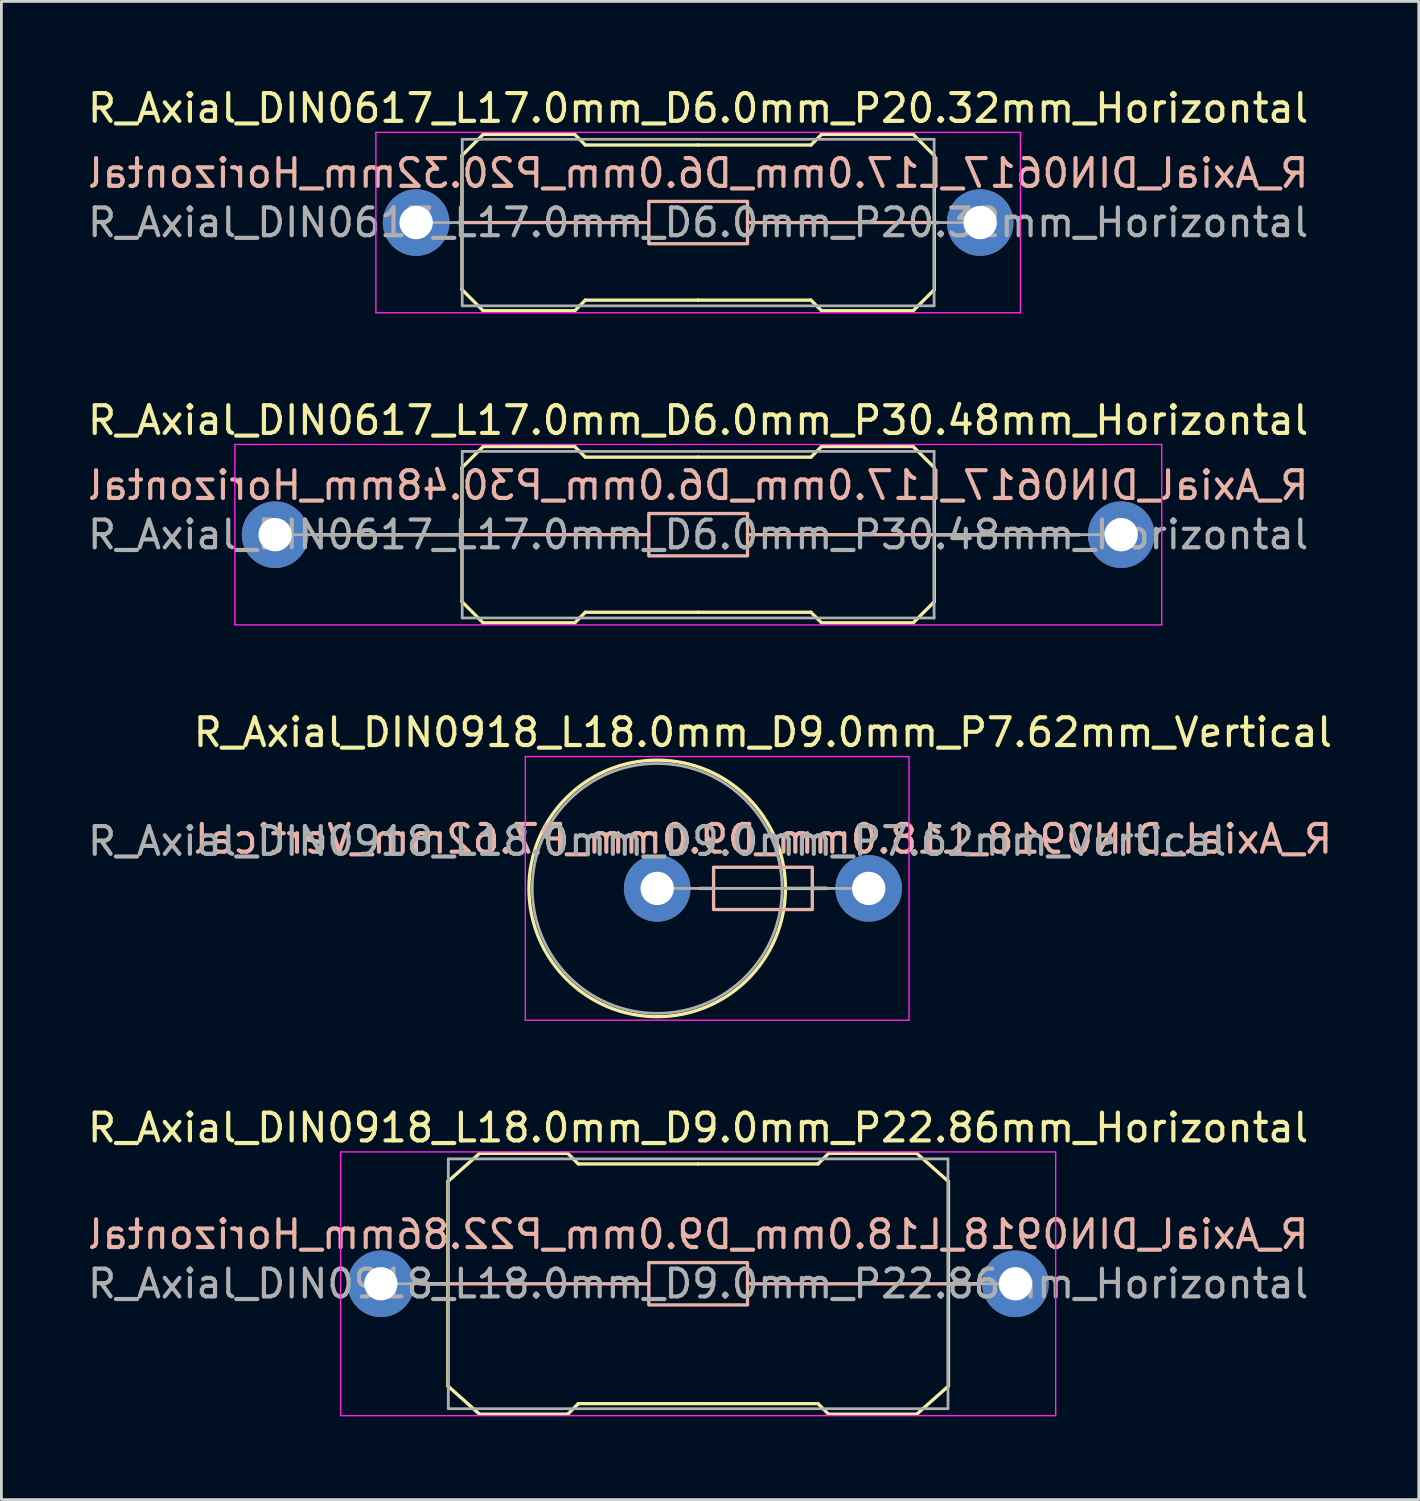
<source format=kicad_pcb>
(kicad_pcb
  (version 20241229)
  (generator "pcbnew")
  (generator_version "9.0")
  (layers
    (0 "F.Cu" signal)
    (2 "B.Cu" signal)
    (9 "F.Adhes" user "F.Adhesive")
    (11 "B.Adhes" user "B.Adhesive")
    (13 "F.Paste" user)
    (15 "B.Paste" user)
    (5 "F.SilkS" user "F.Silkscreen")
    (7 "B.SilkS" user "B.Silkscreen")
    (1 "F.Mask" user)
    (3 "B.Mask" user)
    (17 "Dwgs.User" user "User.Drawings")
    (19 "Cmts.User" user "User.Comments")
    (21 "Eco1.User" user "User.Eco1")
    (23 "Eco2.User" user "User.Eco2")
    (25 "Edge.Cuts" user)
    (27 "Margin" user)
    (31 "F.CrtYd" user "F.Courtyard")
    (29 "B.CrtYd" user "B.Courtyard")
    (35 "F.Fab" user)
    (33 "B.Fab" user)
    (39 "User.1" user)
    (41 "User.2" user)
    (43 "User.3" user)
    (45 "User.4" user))
  (footprint "R_Axial_DIN0918_L18.0mm_D9.0mm_P22.86mm_Horizontal"
    (layer "F.Cu")
    (at 10.671 43.198)
    (property "Reference" "R_Axial_DIN0918_L18.0mm_D9.0mm_P22.86mm_Horizontal" (at 11.43 -5.62 0) (layer "F.SilkS") (effects (font (size 1 1) (thickness 0.15))))
    (fp_line (start 2.413 -3.683) (end 2.413 3.683) (stroke (width 0.12) (type solid)) (layer "F.SilkS"))
    (fp_line (start 2.413 -3.683) (end 3.556 -4.699) (stroke (width 0.12) (type solid)) (layer "F.SilkS"))
    (fp_line (start 2.413 0) (end 1.397 0) (stroke (width 0.12) (type solid)) (layer "F.SilkS"))
    (fp_line (start 2.413 3.683) (end 3.556 4.699) (stroke (width 0.12) (type solid)) (layer "F.SilkS"))
    (fp_line (start 3.556 -4.699) (end 6.731 -4.699) (stroke (width 0.12) (type solid)) (layer "F.SilkS"))
    (fp_line (start 3.556 4.699) (end 6.731 4.699) (stroke (width 0.12) (type solid)) (layer "F.SilkS"))
    (fp_line (start 6.731 -4.699) (end 7.112 -4.318) (stroke (width 0.12) (type solid)) (layer "F.SilkS"))
    (fp_line (start 6.731 4.699) (end 7.112 4.318) (stroke (width 0.12) (type solid)) (layer "F.SilkS"))
    (fp_line (start 7.112 -4.318) (end 11.43 -4.318) (stroke (width 0.12) (type solid)) (layer "F.SilkS"))
    (fp_line (start 7.112 4.318) (end 11.43 4.318) (stroke (width 0.12) (type solid)) (layer "F.SilkS"))
    (fp_line (start 15.748 -4.318) (end 11.43 -4.318) (stroke (width 0.12) (type solid)) (layer "F.SilkS"))
    (fp_line (start 15.748 4.318) (end 11.43 4.318) (stroke (width 0.12) (type solid)) (layer "F.SilkS"))
    (fp_line (start 16.129 -4.699) (end 15.748 -4.318) (stroke (width 0.12) (type solid)) (layer "F.SilkS"))
    (fp_line (start 16.129 4.699) (end 15.748 4.318) (stroke (width 0.12) (type solid)) (layer "F.SilkS"))
    (fp_line (start 19.304 -4.699) (end 16.129 -4.699) (stroke (width 0.12) (type solid)) (layer "F.SilkS"))
    (fp_line (start 19.304 4.699) (end 16.129 4.699) (stroke (width 0.12) (type solid)) (layer "F.SilkS"))
    (fp_line (start 20.447 -3.683) (end 19.304 -4.699) (stroke (width 0.12) (type solid)) (layer "F.SilkS"))
    (fp_line (start 20.447 -3.683) (end 20.447 3.683) (stroke (width 0.12) (type solid)) (layer "F.SilkS"))
    (fp_line (start 20.447 0) (end 21.463 0) (stroke (width 0.12) (type solid)) (layer "F.SilkS"))
    (fp_line (start 20.447 3.683) (end 19.304 4.699) (stroke (width 0.12) (type solid)) (layer "F.SilkS"))
    (fp_line (start 9.652 0) (end 1.524 0) (stroke (width 0.12) (type solid)) (layer "B.SilkS"))
    (fp_line (start 13.208 0) (end 21.336 0) (stroke (width 0.12) (type solid)) (layer "B.SilkS"))
    (fp_rect (start 9.652 -0.762) (end 13.208 0.762) (stroke (width 0.12) (type solid)) (fill no) (layer "B.SilkS"))
    (fp_line (start -1.45 -4.75) (end -1.45 4.75) (stroke (width 0.05) (type solid)) (layer "F.CrtYd"))
    (fp_line (start -1.45 4.75) (end 24.31 4.75) (stroke (width 0.05) (type solid)) (layer "F.CrtYd"))
    (fp_line (start 24.31 -4.75) (end -1.45 -4.75) (stroke (width 0.05) (type solid)) (layer "F.CrtYd"))
    (fp_line (start 24.31 4.75) (end 24.31 -4.75) (stroke (width 0.05) (type solid)) (layer "F.CrtYd"))
    (fp_line (start 0 0) (end 2.43 0) (stroke (width 0.1) (type solid)) (layer "F.Fab"))
    (fp_line (start 2.43 -4.5) (end 2.43 4.5) (stroke (width 0.1) (type solid)) (layer "F.Fab"))
    (fp_line (start 2.43 4.5) (end 20.43 4.5) (stroke (width 0.1) (type solid)) (layer "F.Fab"))
    (fp_line (start 20.43 -4.5) (end 2.43 -4.5) (stroke (width 0.1) (type solid)) (layer "F.Fab"))
    (fp_line (start 20.43 4.5) (end 20.43 -4.5) (stroke (width 0.1) (type solid)) (layer "F.Fab"))
    (fp_line (start 22.86 0) (end 20.43 0) (stroke (width 0.1) (type solid)) (layer "F.Fab"))
    (fp_text user "${REFERENCE}" (at 11.43 -1.778 0) (layer "B.SilkS") (effects (font (size 1 1) (thickness 0.15)) (justify mirror)))
    (fp_text user "${REFERENCE}" (at 11.43 0 0) (layer "F.Fab") (effects (font (size 1 1) (thickness 0.15))))
    (pad "1" thru_hole circle (at 0 0) (size 2.4 2.4) (drill 1.2) (layers "*.Cu" "*.Mask"))
    (pad "2" thru_hole oval (at 22.86 0) (size 2.4 2.4) (drill 1.2) (layers "*.Cu" "*.Mask")))
  (footprint "R_Axial_DIN0617_L17.0mm_D6.0mm_P30.48mm_Horizontal"
    (layer "F.Cu")
    (at 6.861 16.212)
    (property "Reference" "R_Axial_DIN0617_L17.0mm_D6.0mm_P30.48mm_Horizontal" (at 15.24 -4.12 0) (layer "F.SilkS") (effects (font (size 1 1) (thickness 0.15))))
    (fp_line (start 6.731 -2.413) (end 6.731 2.413) (stroke (width 0.12) (type solid)) (layer "F.SilkS"))
    (fp_line (start 6.731 -2.413) (end 7.493 -3.175) (stroke (width 0.12) (type solid)) (layer "F.SilkS"))
    (fp_line (start 6.731 0) (end 1.524 0) (stroke (width 0.12) (type solid)) (layer "F.SilkS"))
    (fp_line (start 6.731 2.413) (end 7.493 3.175) (stroke (width 0.12) (type solid)) (layer "F.SilkS"))
    (fp_line (start 7.493 -3.175) (end 10.795 -3.175) (stroke (width 0.12) (type solid)) (layer "F.SilkS"))
    (fp_line (start 7.493 3.175) (end 10.795 3.175) (stroke (width 0.12) (type solid)) (layer "F.SilkS"))
    (fp_line (start 10.795 -3.175) (end 11.176 -2.794) (stroke (width 0.12) (type solid)) (layer "F.SilkS"))
    (fp_line (start 10.795 3.175) (end 11.176 2.794) (stroke (width 0.12) (type solid)) (layer "F.SilkS"))
    (fp_line (start 11.176 -2.794) (end 15.24 -2.794) (stroke (width 0.12) (type solid)) (layer "F.SilkS"))
    (fp_line (start 11.176 2.794) (end 15.24 2.794) (stroke (width 0.12) (type solid)) (layer "F.SilkS"))
    (fp_line (start 19.304 -2.794) (end 15.24 -2.794) (stroke (width 0.12) (type solid)) (layer "F.SilkS"))
    (fp_line (start 19.304 2.794) (end 15.24 2.794) (stroke (width 0.12) (type solid)) (layer "F.SilkS"))
    (fp_line (start 19.685 -3.175) (end 19.304 -2.794) (stroke (width 0.12) (type solid)) (layer "F.SilkS"))
    (fp_line (start 19.685 3.175) (end 19.304 2.794) (stroke (width 0.12) (type solid)) (layer "F.SilkS"))
    (fp_line (start 22.987 -3.175) (end 19.685 -3.175) (stroke (width 0.12) (type solid)) (layer "F.SilkS"))
    (fp_line (start 22.987 3.175) (end 19.685 3.175) (stroke (width 0.12) (type solid)) (layer "F.SilkS"))
    (fp_line (start 23.749 -2.413) (end 22.987 -3.175) (stroke (width 0.12) (type solid)) (layer "F.SilkS"))
    (fp_line (start 23.749 0) (end 28.956 0) (stroke (width 0.12) (type solid)) (layer "F.SilkS"))
    (fp_line (start 23.749 2.413) (end 22.987 3.175) (stroke (width 0.12) (type solid)) (layer "F.SilkS"))
    (fp_line (start 23.749 2.413) (end 23.749 -2.413) (stroke (width 0.12) (type solid)) (layer "F.SilkS"))
    (fp_line (start 13.462 0) (end 1.524 0) (stroke (width 0.12) (type solid)) (layer "B.SilkS"))
    (fp_line (start 17.018 0) (end 28.956 0) (stroke (width 0.12) (type solid)) (layer "B.SilkS"))
    (fp_rect (start 13.462 -0.762) (end 17.018 0.762) (stroke (width 0.12) (type solid)) (fill no) (layer "B.SilkS"))
    (fp_line (start -1.45 -3.25) (end -1.45 3.25) (stroke (width 0.05) (type solid)) (layer "F.CrtYd"))
    (fp_line (start -1.45 3.25) (end 31.94 3.25) (stroke (width 0.05) (type solid)) (layer "F.CrtYd"))
    (fp_line (start 31.94 -3.25) (end -1.45 -3.25) (stroke (width 0.05) (type solid)) (layer "F.CrtYd"))
    (fp_line (start 31.94 3.25) (end 31.94 -3.25) (stroke (width 0.05) (type solid)) (layer "F.CrtYd"))
    (fp_line (start 0 0) (end 6.74 0) (stroke (width 0.1) (type solid)) (layer "F.Fab"))
    (fp_line (start 6.74 -3) (end 6.74 3) (stroke (width 0.1) (type solid)) (layer "F.Fab"))
    (fp_line (start 6.74 3) (end 23.74 3) (stroke (width 0.1) (type solid)) (layer "F.Fab"))
    (fp_line (start 23.74 -3) (end 6.74 -3) (stroke (width 0.1) (type solid)) (layer "F.Fab"))
    (fp_line (start 23.74 3) (end 23.74 -3) (stroke (width 0.1) (type solid)) (layer "F.Fab"))
    (fp_line (start 30.48 0) (end 23.74 0) (stroke (width 0.1) (type solid)) (layer "F.Fab"))
    (fp_text user "${REFERENCE}" (at 15.24 -1.778 0) (layer "B.SilkS") (effects (font (size 1 1) (thickness 0.15)) (justify mirror)))
    (fp_text user "${REFERENCE}" (at 15.24 0 0) (layer "F.Fab") (effects (font (size 1 1) (thickness 0.15))))
    (pad "1" thru_hole circle (at 0 0) (size 2.4 2.4) (drill 1.2) (layers "*.Cu" "*.Mask"))
    (pad "2" thru_hole oval (at 30.48 0) (size 2.4 2.4) (drill 1.2) (layers "*.Cu" "*.Mask")))
  (footprint "R_Axial_DIN0617_L17.0mm_D6.0mm_P20.32mm_Horizontal"
    (layer "F.Cu")
    (at 11.941 4.968)
    (property "Reference" "R_Axial_DIN0617_L17.0mm_D6.0mm_P20.32mm_Horizontal" (at 10.16 -4.12 0) (layer "F.SilkS") (effects (font (size 1 1) (thickness 0.15))))
    (fp_line (start 1.651 -2.413) (end 1.651 2.413) (stroke (width 0.12) (type solid)) (layer "F.SilkS"))
    (fp_line (start 1.651 -2.413) (end 2.413 -3.175) (stroke (width 0.12) (type solid)) (layer "F.SilkS"))
    (fp_line (start 1.651 0) (end 1.524 0) (stroke (width 0.12) (type solid)) (layer "F.SilkS"))
    (fp_line (start 1.651 2.413) (end 2.413 3.175) (stroke (width 0.12) (type solid)) (layer "F.SilkS"))
    (fp_line (start 2.413 -3.175) (end 5.715 -3.175) (stroke (width 0.12) (type solid)) (layer "F.SilkS"))
    (fp_line (start 2.413 3.175) (end 5.715 3.175) (stroke (width 0.12) (type solid)) (layer "F.SilkS"))
    (fp_line (start 5.715 -3.175) (end 6.096 -2.794) (stroke (width 0.12) (type solid)) (layer "F.SilkS"))
    (fp_line (start 5.715 3.175) (end 6.096 2.794) (stroke (width 0.12) (type solid)) (layer "F.SilkS"))
    (fp_line (start 6.096 -2.794) (end 10.16 -2.794) (stroke (width 0.12) (type solid)) (layer "F.SilkS"))
    (fp_line (start 6.096 2.794) (end 10.16 2.794) (stroke (width 0.12) (type solid)) (layer "F.SilkS"))
    (fp_line (start 14.224 -2.794) (end 10.16 -2.794) (stroke (width 0.12) (type solid)) (layer "F.SilkS"))
    (fp_line (start 14.224 2.794) (end 10.16 2.794) (stroke (width 0.12) (type solid)) (layer "F.SilkS"))
    (fp_line (start 14.605 -3.175) (end 14.224 -2.794) (stroke (width 0.12) (type solid)) (layer "F.SilkS"))
    (fp_line (start 14.605 3.175) (end 14.224 2.794) (stroke (width 0.12) (type solid)) (layer "F.SilkS"))
    (fp_line (start 17.907 -3.175) (end 14.605 -3.175) (stroke (width 0.12) (type solid)) (layer "F.SilkS"))
    (fp_line (start 17.907 3.175) (end 14.605 3.175) (stroke (width 0.12) (type solid)) (layer "F.SilkS"))
    (fp_line (start 18.669 -2.413) (end 17.907 -3.175) (stroke (width 0.12) (type solid)) (layer "F.SilkS"))
    (fp_line (start 18.669 0) (end 18.796 0) (stroke (width 0.12) (type solid)) (layer "F.SilkS"))
    (fp_line (start 18.669 2.413) (end 17.907 3.175) (stroke (width 0.12) (type solid)) (layer "F.SilkS"))
    (fp_line (start 18.669 2.413) (end 18.669 -2.413) (stroke (width 0.12) (type solid)) (layer "F.SilkS"))
    (fp_line (start 8.382 0) (end 1.524 0) (stroke (width 0.12) (type solid)) (layer "B.SilkS"))
    (fp_line (start 11.938 0) (end 18.796 0) (stroke (width 0.12) (type solid)) (layer "B.SilkS"))
    (fp_rect (start 8.382 -0.762) (end 11.938 0.762) (stroke (width 0.12) (type solid)) (fill no) (layer "B.SilkS"))
    (fp_line (start -1.45 -3.25) (end -1.45 3.25) (stroke (width 0.05) (type solid)) (layer "F.CrtYd"))
    (fp_line (start -1.45 3.25) (end 21.77 3.25) (stroke (width 0.05) (type solid)) (layer "F.CrtYd"))
    (fp_line (start 21.77 -3.25) (end -1.45 -3.25) (stroke (width 0.05) (type solid)) (layer "F.CrtYd"))
    (fp_line (start 21.77 3.25) (end 21.77 -3.25) (stroke (width 0.05) (type solid)) (layer "F.CrtYd"))
    (fp_line (start 0 0) (end 1.66 0) (stroke (width 0.1) (type solid)) (layer "F.Fab"))
    (fp_line (start 1.66 -3) (end 1.66 3) (stroke (width 0.1) (type solid)) (layer "F.Fab"))
    (fp_line (start 1.66 3) (end 18.66 3) (stroke (width 0.1) (type solid)) (layer "F.Fab"))
    (fp_line (start 18.66 -3) (end 1.66 -3) (stroke (width 0.1) (type solid)) (layer "F.Fab"))
    (fp_line (start 18.66 3) (end 18.66 -3) (stroke (width 0.1) (type solid)) (layer "F.Fab"))
    (fp_line (start 20.32 0) (end 18.66 0) (stroke (width 0.1) (type solid)) (layer "F.Fab"))
    (fp_text user "${REFERENCE}" (at 10.16 -1.778 0) (layer "B.SilkS") (effects (font (size 1 1) (thickness 0.15)) (justify mirror)))
    (fp_text user "${REFERENCE}" (at 10.16 0 0) (layer "F.Fab") (effects (font (size 1 1) (thickness 0.15))))
    (pad "1" thru_hole circle (at 0 0) (size 2.4 2.4) (drill 1.2) (layers "*.Cu" "*.Mask"))
    (pad "2" thru_hole oval (at 20.32 0) (size 2.4 2.4) (drill 1.2) (layers "*.Cu" "*.Mask")))
  (footprint "R_Axial_DIN0918_L18.0mm_D9.0mm_P7.62mm_Vertical"
    (layer "F.Cu")
    (at 20.625 28.955)
    (property "Reference" "R_Axial_DIN0918_L18.0mm_D9.0mm_P7.62mm_Vertical" (at 3.81 -5.62 0) (layer "F.SilkS") (effects (font (size 1 1) (thickness 0.15))))
    (fp_line (start 4.62 0) (end 6.12 0) (stroke (width 0.12) (type solid)) (layer "F.SilkS"))
    (fp_circle (center 0 0) (end 4.62 0) (stroke (width 0.12) (type solid)) (fill no) (layer "F.SilkS"))
    (fp_line (start 2.032 0) (end 1.524 0) (stroke (width 0.12) (type solid)) (layer "B.SilkS"))
    (fp_line (start 5.588 0) (end 6.096 0) (stroke (width 0.12) (type solid)) (layer "B.SilkS"))
    (fp_rect (start 2.032 -0.762) (end 5.588 0.762) (stroke (width 0.12) (type solid)) (fill no) (layer "B.SilkS"))
    (fp_line (start -4.75 -4.75) (end -4.75 4.75) (stroke (width 0.05) (type solid)) (layer "F.CrtYd"))
    (fp_line (start -4.75 4.75) (end 9.07 4.75) (stroke (width 0.05) (type solid)) (layer "F.CrtYd"))
    (fp_line (start 9.07 -4.75) (end -4.75 -4.75) (stroke (width 0.05) (type solid)) (layer "F.CrtYd"))
    (fp_line (start 9.07 4.75) (end 9.07 -4.75) (stroke (width 0.05) (type solid)) (layer "F.CrtYd"))
    (fp_line (start 0 0) (end 7.62 0) (stroke (width 0.1) (type solid)) (layer "F.Fab"))
    (fp_circle (center 0 0) (end 4.5 0) (stroke (width 0.1) (type solid)) (fill no) (layer "F.Fab"))
    (fp_text user "${REFERENCE}" (at 3.81 -1.778 0) (layer "B.SilkS") (effects (font (size 1 1) (thickness 0.15)) (justify mirror)))
    (fp_text user "${REFERENCE}" (at 0 -1.7 0) (layer "F.Fab") (effects (font (size 1 1) (thickness 0.15))))
    (pad "1" thru_hole circle (at 0 0) (size 2.4 2.4) (drill 1.2) (layers "*.Cu" "*.Mask"))
    (pad "2" thru_hole oval (at 7.62 0) (size 2.4 2.4) (drill 1.2) (layers "*.Cu" "*.Mask")))
  (gr_rect
    (start -3 -3)
    (end 48.06 50.973)
    (stroke (width 0.1) (type default))
    (fill no)
    (layer "Edge.Cuts")))
</source>
